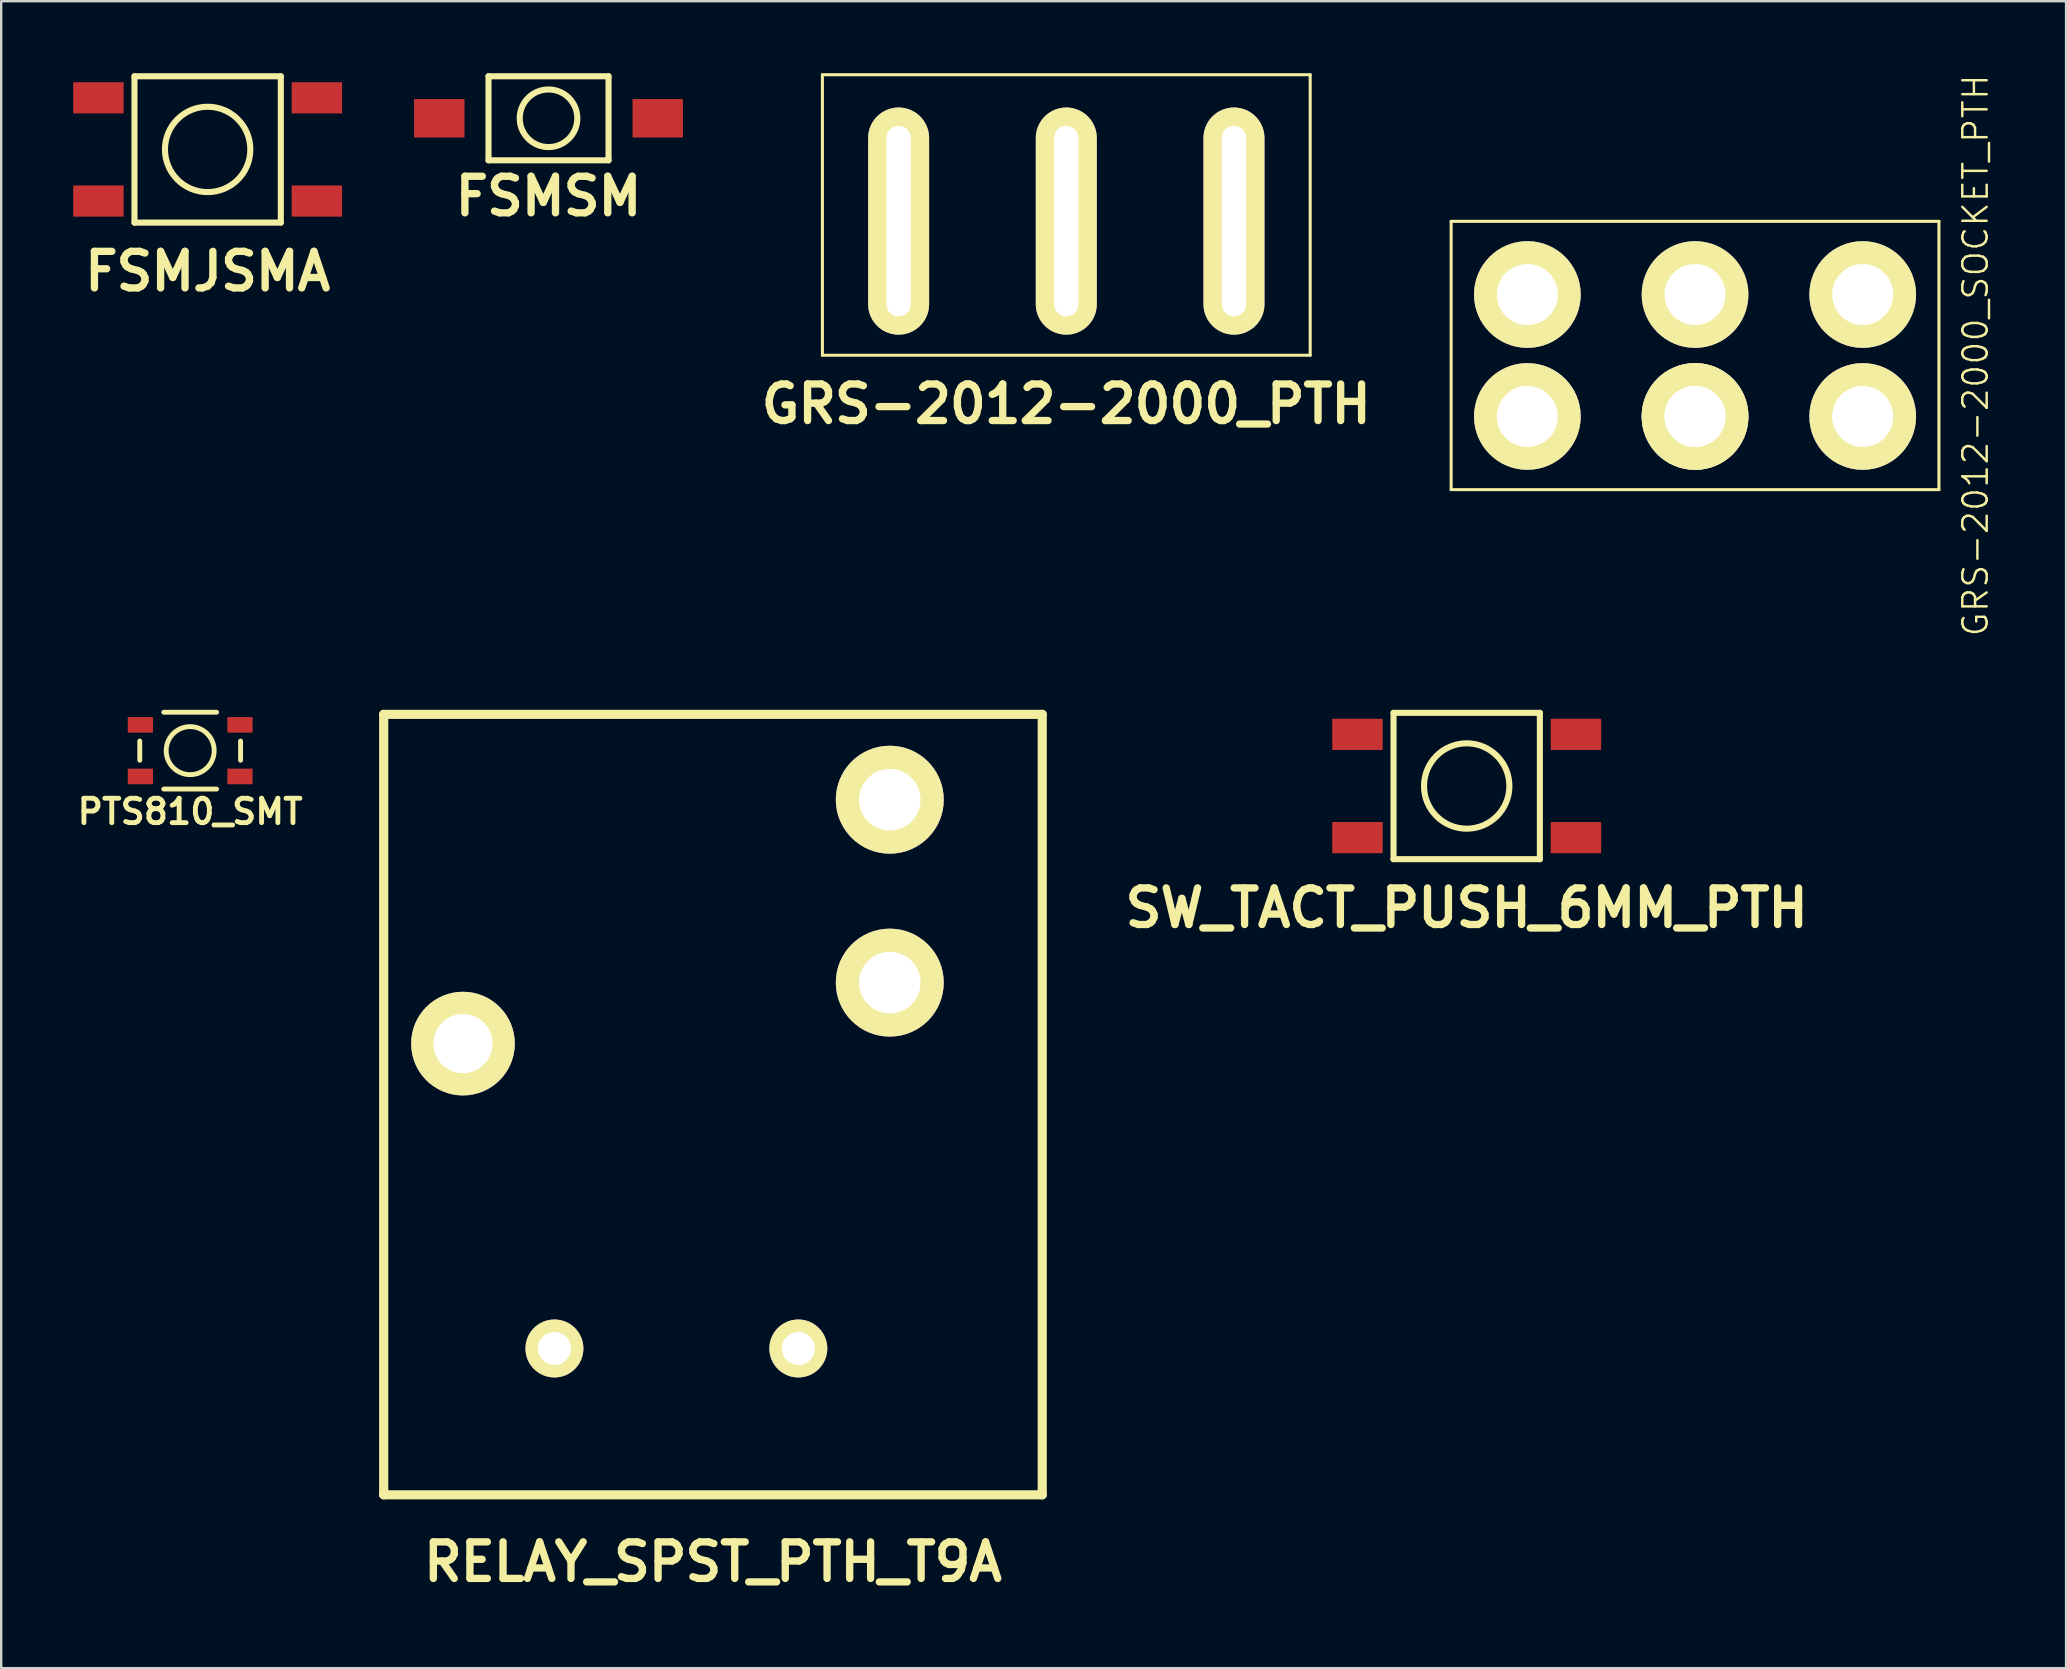
<source format=kicad_pcb>
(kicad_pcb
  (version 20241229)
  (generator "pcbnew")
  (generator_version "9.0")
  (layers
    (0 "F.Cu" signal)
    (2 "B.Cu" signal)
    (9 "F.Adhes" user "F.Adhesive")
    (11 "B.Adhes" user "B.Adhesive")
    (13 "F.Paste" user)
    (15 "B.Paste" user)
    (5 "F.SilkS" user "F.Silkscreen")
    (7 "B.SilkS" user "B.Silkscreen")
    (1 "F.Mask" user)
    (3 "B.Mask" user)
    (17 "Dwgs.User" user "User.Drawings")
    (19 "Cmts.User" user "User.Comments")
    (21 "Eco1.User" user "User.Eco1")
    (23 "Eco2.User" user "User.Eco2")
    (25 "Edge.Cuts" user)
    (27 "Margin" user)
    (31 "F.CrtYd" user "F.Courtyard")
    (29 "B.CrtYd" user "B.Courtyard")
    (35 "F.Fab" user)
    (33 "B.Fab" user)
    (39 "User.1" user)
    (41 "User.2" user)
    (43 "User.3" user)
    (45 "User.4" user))
  (footprint "FSMSM"
    (layer "F.Cu")
    (at 19.8 1.877)
    (property "Reference" "FSMSM" (at 0 3.25 0) (layer "F.SilkS") (effects (font (size 1.524 1.524) (thickness 0.305))))
    (attr through_hole)
    (fp_line (start -2.5 -1.75) (end -2.5 1.75) (stroke (width 0.254) (type solid)) (layer "F.SilkS"))
    (fp_line (start -2.5 1.75) (end 2.5 1.75) (stroke (width 0.254) (type solid)) (layer "F.SilkS"))
    (fp_line (start 2.5 -1.75) (end -2.5 -1.75) (stroke (width 0.254) (type solid)) (layer "F.SilkS"))
    (fp_line (start 2.5 1.75) (end 2.5 -1.75) (stroke (width 0.254) (type solid)) (layer "F.SilkS"))
    (fp_circle (center 0 0) (end 1.2 0) (stroke (width 0.254) (type solid)) (fill no) (layer "F.SilkS"))
    (pad "1" smd rect (at -4.55 0) (size 2.1 1.6) (layers "F.Cu" "F.Mask" "F.Paste"))
    (pad "2" smd rect (at 4.55 0) (size 2.1 1.6) (layers "F.Cu" "F.Mask" "F.Paste")))
  (footprint "FSMJSMA"
    (layer "F.Cu")
    (at 5.6 3.175)
    (property "Reference" "FSMJSMA" (at 0 5.08 0) (layer "F.SilkS") (effects (font (size 1.524 1.524) (thickness 0.305))))
    (attr through_hole)
    (fp_line (start -3.048 -3.048) (end 3.048 -3.048) (stroke (width 0.254) (type solid)) (layer "F.SilkS"))
    (fp_line (start -3.048 3.048) (end -3.048 -3.048) (stroke (width 0.254) (type solid)) (layer "F.SilkS"))
    (fp_line (start 3.048 -3.048) (end 3.048 3.048) (stroke (width 0.254) (type solid)) (layer "F.SilkS"))
    (fp_line (start 3.048 3.048) (end -3.048 3.048) (stroke (width 0.254) (type solid)) (layer "F.SilkS"))
    (fp_circle (center 0 0) (end 1.778 0) (stroke (width 0.254) (type solid)) (fill no) (layer "F.SilkS"))
    (pad "1" smd rect (at -4.55 -2.15) (size 2.1 1.3) (layers "F.Cu" "F.Mask" "F.Paste"))
    (pad "2" smd rect (at 4.55 -2.15) (size 2.1 1.3) (layers "F.Cu" "F.Mask" "F.Paste"))
    (pad "3" smd rect (at -4.55 2.15) (size 2.1 1.3) (layers "F.Cu" "F.Mask" "F.Paste"))
    (pad "4" smd rect (at 4.55 2.15) (size 2.1 1.3) (layers "F.Cu" "F.Mask" "F.Paste")))
  (footprint "GRS-2012-2000_SOCKET_PTH"
    (layer "F.Cu")
    (at 67.561 11.759)
    (property "Reference" "GRS-2012-2000_SOCKET_PTH" (at 11.684 0 90) (layer "F.SilkS") (effects (font (size 1.016 1.016) (thickness 0.102))))
    (attr through_hole)
    (fp_line (start -10.16 -5.588) (end -10.16 5.588) (stroke (width 0.127) (type solid)) (layer "F.SilkS"))
    (fp_line (start -10.16 -5.588) (end 10.16 -5.588) (stroke (width 0.127) (type solid)) (layer "F.SilkS"))
    (fp_line (start -10.16 5.588) (end 10.16 5.588) (stroke (width 0.127) (type solid)) (layer "F.SilkS"))
    (fp_line (start 10.16 -5.588) (end 10.16 5.588) (stroke (width 0.127) (type solid)) (layer "F.SilkS"))
    (pad "" thru_hole circle (at 0 2.54) (size 4.445 4.445) (drill 2.54) (layers "*.Cu" "*.Mask" "F.SilkS"))
    (pad "1" thru_hole circle (at -6.985 -2.54) (size 4.445 4.445) (drill 2.54) (layers "*.Cu" "*.Mask" "F.SilkS"))
    (pad "2" thru_hole circle (at 0 -2.54) (size 4.445 4.445) (drill 2.54) (layers "*.Cu" "*.Mask" "F.SilkS"))
    (pad "3" thru_hole circle (at 6.985 -2.54) (size 4.445 4.445) (drill 2.54) (layers "*.Cu" "*.Mask" "F.SilkS"))
    (pad "4" thru_hole circle (at -6.985 2.54) (size 4.445 4.445) (drill 2.54) (layers "*.Cu" "*.Mask" "F.SilkS"))
    (pad "5" thru_hole circle (at 0 2.54) (size 4.445 4.445) (drill 2.54) (layers "*.Cu" "*.Mask" "F.SilkS"))
    (pad "6" thru_hole circle (at 6.985 2.54) (size 4.445 4.445) (drill 2.54) (layers "*.Cu" "*.Mask" "F.SilkS")))
  (footprint "RELAY_SPST_PTH_T9A"
    (layer "F.Cu")
    (at 26.65 42.964)
    (property "Reference" "RELAY_SPST_PTH_T9A" (at 0 19.05 0) (layer "F.SilkS") (effects (font (size 1.524 1.524) (thickness 0.305))))
    (attr through_hole)
    (fp_line (start -13.716 -16.256) (end 13.716 -16.256) (stroke (width 0.381) (type solid)) (layer "F.SilkS"))
    (fp_line (start -13.716 16.256) (end -13.716 -16.256) (stroke (width 0.381) (type solid)) (layer "F.SilkS"))
    (fp_line (start 13.716 -16.256) (end 13.716 16.256) (stroke (width 0.381) (type solid)) (layer "F.SilkS"))
    (fp_line (start 13.716 16.256) (end -13.716 16.256) (stroke (width 0.381) (type solid)) (layer "F.SilkS"))
    (pad "1" thru_hole circle (at 3.556 10.16 180) (size 2.413 2.413) (drill 1.372) (layers "*.Cu" "*.Mask" "F.SilkS"))
    (pad "2" thru_hole circle (at -6.604 10.16 180) (size 2.413 2.413) (drill 1.372) (layers "*.Cu" "*.Mask" "F.SilkS"))
    (pad "3" thru_hole circle (at 7.366 -5.08 180) (size 4.496 4.496) (drill 2.565) (layers "*.Cu" "*.Mask" "F.SilkS"))
    (pad "4" thru_hole circle (at -10.414 -2.54 180) (size 4.318 4.318) (drill 2.464) (layers "*.Cu" "*.Mask" "F.SilkS"))
    (pad "5" thru_hole circle (at 7.366 -12.7 180) (size 4.496 4.496) (drill 2.565) (layers "*.Cu" "*.Mask" "F.SilkS")))
  (footprint "SW_TACT_PUSH_6MM_PTH"
    (layer "F.Cu")
    (at 58.049 29.693)
    (property "Reference" "SW_TACT_PUSH_6MM_PTH" (at 0 5.08 0) (layer "F.SilkS") (effects (font (size 1.524 1.524) (thickness 0.305))))
    (attr through_hole)
    (fp_line (start -3.048 -3.048) (end 3.048 -3.048) (stroke (width 0.254) (type solid)) (layer "F.SilkS"))
    (fp_line (start -3.048 3.048) (end -3.048 -3.048) (stroke (width 0.254) (type solid)) (layer "F.SilkS"))
    (fp_line (start 3.048 -3.048) (end 3.048 3.048) (stroke (width 0.254) (type solid)) (layer "F.SilkS"))
    (fp_line (start 3.048 3.048) (end -3.048 3.048) (stroke (width 0.254) (type solid)) (layer "F.SilkS"))
    (fp_circle (center 0 0) (end 1.778 0) (stroke (width 0.254) (type solid)) (fill no) (layer "F.SilkS"))
    (pad "1" smd rect (at -4.55 -2.15) (size 2.1 1.3) (layers "F.Cu" "F.Mask" "F.Paste"))
    (pad "2" smd rect (at 4.55 -2.15) (size 2.1 1.3) (layers "F.Cu" "F.Mask" "F.Paste"))
    (pad "3" smd rect (at -4.55 2.15) (size 2.1 1.3) (layers "F.Cu" "F.Mask" "F.Paste"))
    (pad "4" smd rect (at 4.55 2.15) (size 2.1 1.3) (layers "F.Cu" "F.Mask" "F.Paste")))
  (footprint "PTS810_SMT"
    (layer "F.Cu")
    (at 4.872 28.22)
    (property "Reference" "PTS810_SMT" (at 0 2.54 0) (layer "F.SilkS") (effects (font (size 1.016 1.016) (thickness 0.203))))
    (attr through_hole)
    (fp_line (start -2.1 0.4) (end -2.1 -0.4) (stroke (width 0.203) (type solid)) (layer "F.SilkS"))
    (fp_line (start -1.1 -1.6) (end 1.1 -1.6) (stroke (width 0.203) (type solid)) (layer "F.SilkS"))
    (fp_line (start 1.1 1.6) (end -1.1 1.6) (stroke (width 0.203) (type solid)) (layer "F.SilkS"))
    (fp_line (start 2.1 -0.4) (end 2.1 0.4) (stroke (width 0.203) (type solid)) (layer "F.SilkS"))
    (fp_circle (center 0 0) (end 1 0) (stroke (width 0.203) (type solid)) (fill no) (layer "F.SilkS"))
    (pad "1" smd rect (at -2.075 -1.075) (size 1.05 0.65) (layers "F.Cu" "F.Mask" "F.Paste"))
    (pad "2" smd rect (at 2.075 -1.075) (size 1.05 0.65) (layers "F.Cu" "F.Mask" "F.Paste"))
    (pad "3" smd rect (at -2.075 1.075) (size 1.05 0.65) (layers "F.Cu" "F.Mask" "F.Paste"))
    (pad "4" smd rect (at 2.075 1.075) (size 1.05 0.65) (layers "F.Cu" "F.Mask" "F.Paste")))
  (footprint "GRS-2012-2000_PTH"
    (layer "F.Cu")
    (at 41.369 6.16)
    (property "Reference" "GRS-2012-2000_PTH" (at 0 7.62 0) (layer "F.SilkS") (effects (font (size 1.524 1.524) (thickness 0.305))))
    (attr through_hole)
    (fp_line (start -10.16 -6.096) (end -10.16 5.588) (stroke (width 0.127) (type solid)) (layer "F.SilkS"))
    (fp_line (start -10.16 -6.096) (end 10.16 -6.096) (stroke (width 0.127) (type solid)) (layer "F.SilkS"))
    (fp_line (start -10.16 5.588) (end 10.16 5.588) (stroke (width 0.127) (type solid)) (layer "F.SilkS"))
    (fp_line (start 10.16 -6.096) (end 10.16 5.588) (stroke (width 0.127) (type solid)) (layer "F.SilkS"))
    (pad "1" thru_hole oval (at -6.985 0) (size 2.54 9.461) (drill oval 1.016 7.938) (layers "*.Cu" "*.Mask" "F.SilkS"))
    (pad "2" thru_hole oval (at 0 0) (size 2.54 9.461) (drill oval 1.016 7.938) (layers "*.Cu" "*.Mask" "F.SilkS"))
    (pad "3" thru_hole oval (at 6.985 0) (size 2.54 9.461) (drill oval 1.016 7.938) (layers "*.Cu" "*.Mask" "F.SilkS")))
  (gr_rect
    (start -3 -3)
    (end 83.017 66.441)
    (stroke (width 0.1) (type default))
    (fill no)
    (layer "Edge.Cuts")))
</source>
